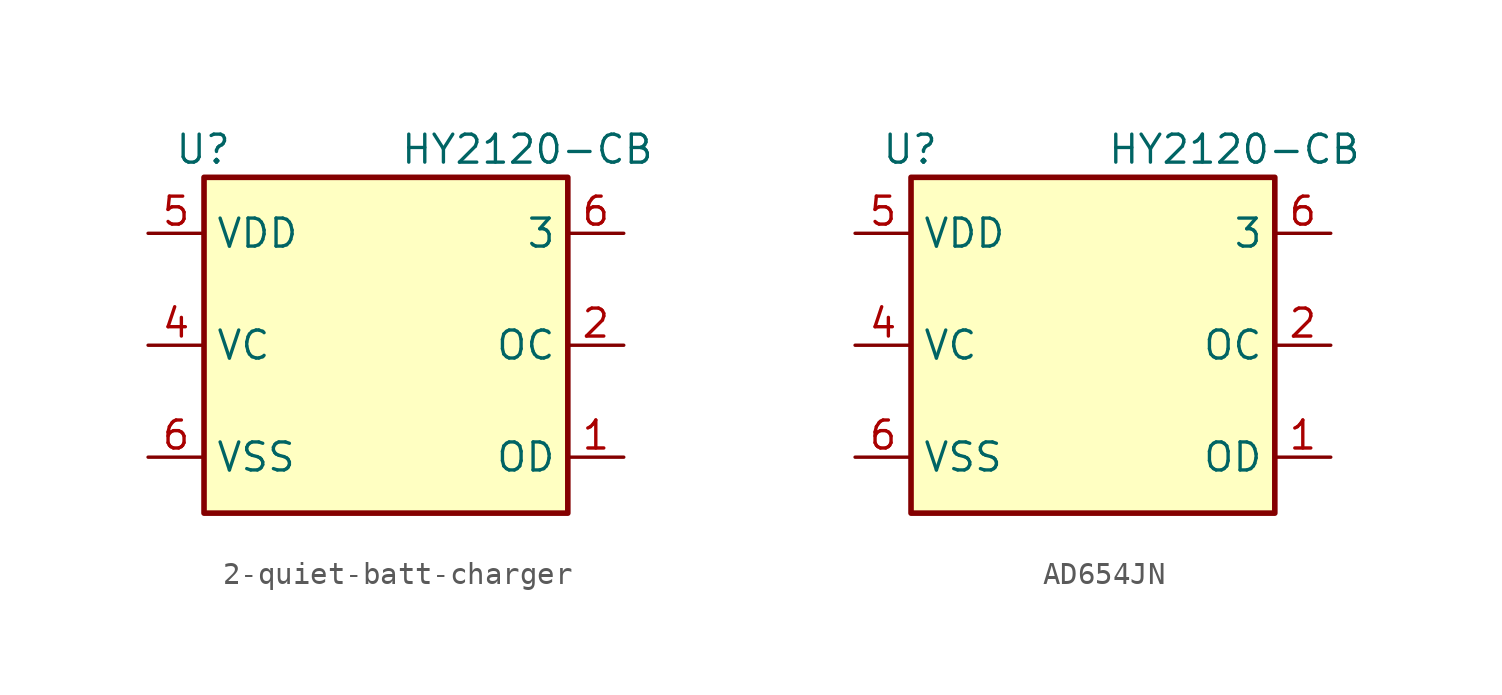
<source format=kicad_sym>
(kicad_symbol_lib
  (version 20220914)
  (generator kicad_symbol_editor)
  (symbol "2-quiet-batt-charger"
    (property "Reference" "U"
      (at -6.35 8.89 0)
      (effects (font (size 1.27 1.27)) (justify right)))
    (property "Value" "HY2120-CB"
      (at 1.27 8.89 0)
      (effects (font (size 1.27 1.27)) (justify left)))
    (symbol "2-quiet-batt-charger_0_1"
      (rectangle (start -7.62 7.62) (end 8.89 -7.62) (stroke (width 0.254) (type default)) (fill (type background))))
    (symbol "2-quiet-batt-charger_1_1"
      (pin output line (at 11.43 -5.08 180) (length 2.54) (name "OD" (effects (font (size 1.27 1.27)))) (number "1" (effects (font (size 1.27 1.27)))))
      (pin output line (at 11.43 0 180) (length 2.54) (name "OC" (effects (font (size 1.27 1.27)))) (number "2" (effects (font (size 1.27 1.27)))))
      (pin input line (at -10.16 0 0) (length 2.54) (name "VC" (effects (font (size 1.27 1.27)))) (number "4" (effects (font (size 1.27 1.27)))))
      (pin power_in line (at -10.16 5.08 0) (length 2.54) (name "VDD" (effects (font (size 1.27 1.27)))) (number "5" (effects (font (size 1.27 1.27)))))
      (pin input line (at 11.43 5.08 180) (length 2.54) (name "3" (effects (font (size 1.27 1.27)))) (number "6" (effects (font (size 1.27 1.27)))))
      (pin passive line (at -10.16 -5.08 0) (length 2.54) (name "VSS" (effects (font (size 1.27 1.27)))) (number "6" (effects (font (size 1.27 1.27)))))))
  (symbol "AD654JN"
    (property "Reference" "U"
      (at -6.35 8.89 0)
      (effects (font (size 1.27 1.27)) (justify right)))
    (property "Value" "HY2120-CB"
      (at 1.27 8.89 0)
      (effects (font (size 1.27 1.27)) (justify left)))
    (symbol "AD654JN_0_1"
      (rectangle (start -7.62 7.62) (end 8.89 -7.62) (stroke (width 0.254) (type default)) (fill (type background))))
    (symbol "AD654JN_1_1"
      (pin output line (at 11.43 -5.08 180) (length 2.54) (name "OD" (effects (font (size 1.27 1.27)))) (number "1" (effects (font (size 1.27 1.27)))))
      (pin output line (at 11.43 0 180) (length 2.54) (name "OC" (effects (font (size 1.27 1.27)))) (number "2" (effects (font (size 1.27 1.27)))))
      (pin input line (at -10.16 0 0) (length 2.54) (name "VC" (effects (font (size 1.27 1.27)))) (number "4" (effects (font (size 1.27 1.27)))))
      (pin power_in line (at -10.16 5.08 0) (length 2.54) (name "VDD" (effects (font (size 1.27 1.27)))) (number "5" (effects (font (size 1.27 1.27)))))
      (pin input line (at 11.43 5.08 180) (length 2.54) (name "3" (effects (font (size 1.27 1.27)))) (number "6" (effects (font (size 1.27 1.27)))))
      (pin passive line (at -10.16 -5.08 0) (length 2.54) (name "VSS" (effects (font (size 1.27 1.27)))) (number "6" (effects (font (size 1.27 1.27))))))))
</source>
